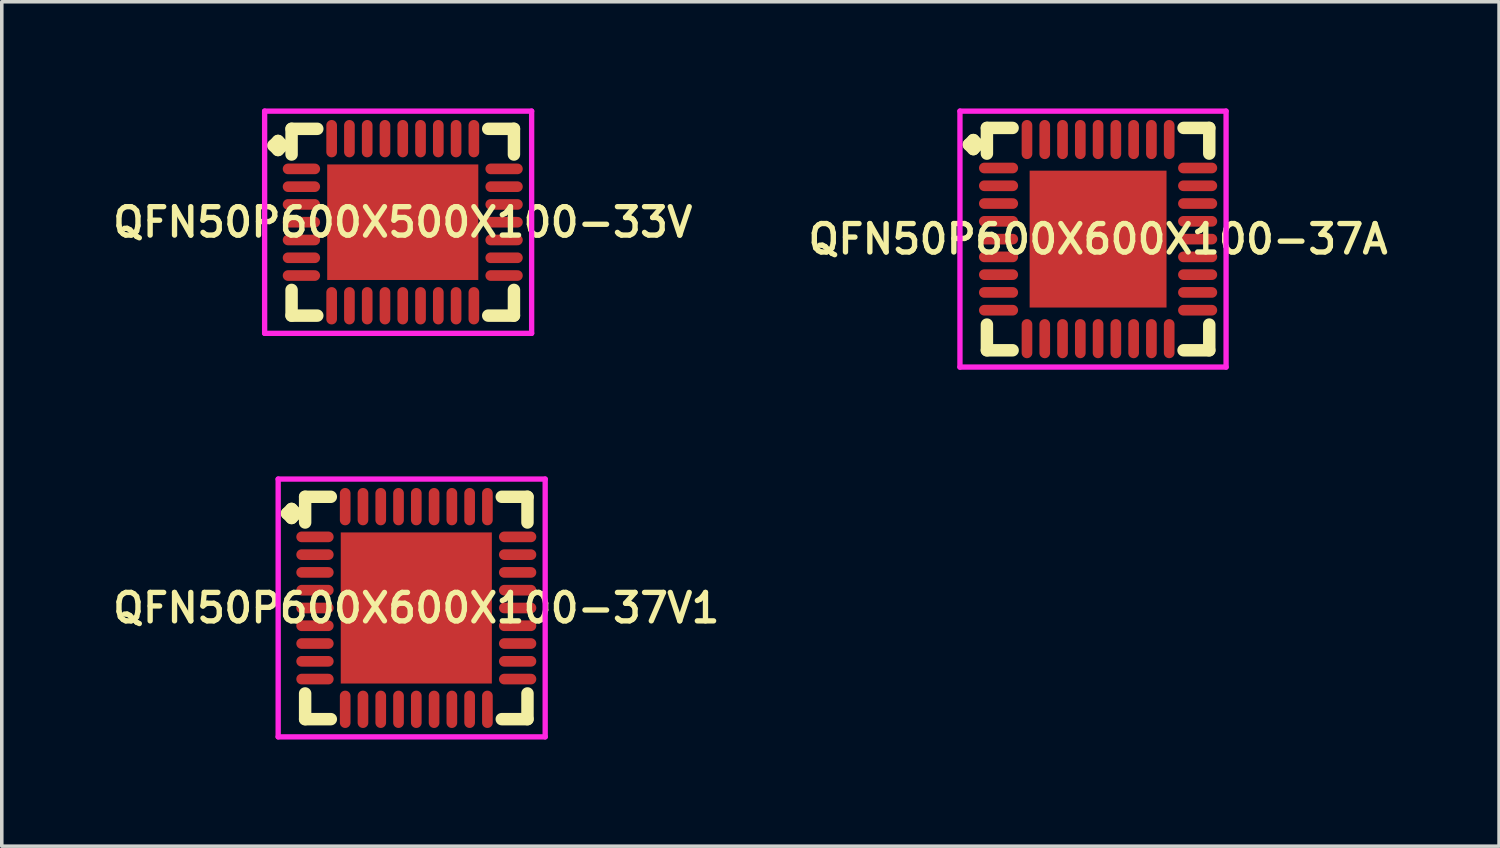
<source format=kicad_pcb>
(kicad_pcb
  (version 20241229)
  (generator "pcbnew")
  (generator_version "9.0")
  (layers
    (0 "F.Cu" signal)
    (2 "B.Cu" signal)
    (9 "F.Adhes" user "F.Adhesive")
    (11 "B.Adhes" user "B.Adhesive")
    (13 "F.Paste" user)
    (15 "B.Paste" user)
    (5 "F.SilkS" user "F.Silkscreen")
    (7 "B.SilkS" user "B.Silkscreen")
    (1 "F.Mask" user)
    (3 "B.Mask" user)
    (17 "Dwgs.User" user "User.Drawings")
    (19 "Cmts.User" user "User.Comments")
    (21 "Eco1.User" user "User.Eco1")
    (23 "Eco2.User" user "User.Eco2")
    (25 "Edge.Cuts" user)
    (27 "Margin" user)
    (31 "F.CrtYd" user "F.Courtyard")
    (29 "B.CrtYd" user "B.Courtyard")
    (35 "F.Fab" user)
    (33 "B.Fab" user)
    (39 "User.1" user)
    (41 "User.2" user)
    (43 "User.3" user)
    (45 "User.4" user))
  (footprint "QFN50P600X600X100-37V1"
    (layer "F.Cu")
    (at 8.659 14.05)
    (property "Reference" "QFN50P600X600X100-37V1" (at 0 0 0) (layer "F.SilkS") (effects (font (size 0.8 0.8) (thickness 0.15))))
    (attr smd)
    (fp_line (start -3.635 -2.658) (end -3.508 -2.785) (stroke (width 0.35) (type solid)) (layer "F.SilkS"))
    (fp_line (start -3.508 -2.785) (end -3.381 -2.658) (stroke (width 0.35) (type solid)) (layer "F.SilkS"))
    (fp_line (start -3.508 -2.531) (end -3.635 -2.658) (stroke (width 0.35) (type solid)) (layer "F.SilkS"))
    (fp_line (start -3.381 -2.658) (end -3.508 -2.531) (stroke (width 0.35) (type solid)) (layer "F.SilkS"))
    (fp_line (start -3.127 -3.127) (end -2.404 -3.127) (stroke (width 0.35) (type solid)) (layer "F.SilkS"))
    (fp_line (start -3.127 -2.404) (end -3.127 -3.127) (stroke (width 0.35) (type solid)) (layer "F.SilkS"))
    (fp_line (start -3.127 2.404) (end -3.127 3.127) (stroke (width 0.35) (type solid)) (layer "F.SilkS"))
    (fp_line (start -3.127 3.127) (end -2.404 3.127) (stroke (width 0.35) (type solid)) (layer "F.SilkS"))
    (fp_line (start 2.404 -3.127) (end 3.127 -3.127) (stroke (width 0.35) (type solid)) (layer "F.SilkS"))
    (fp_line (start 2.404 3.127) (end 3.127 3.127) (stroke (width 0.35) (type solid)) (layer "F.SilkS"))
    (fp_line (start 3.127 -3.127) (end 3.127 -2.404) (stroke (width 0.35) (type solid)) (layer "F.SilkS"))
    (fp_line (start 3.127 3.127) (end 3.127 2.404) (stroke (width 0.35) (type solid)) (layer "F.SilkS"))
    (fp_line (start -3.885 -3.625) (end 3.625 -3.625) (stroke (width 0.15) (type solid)) (layer "F.CrtYd"))
    (fp_line (start -3.885 3.625) (end -3.885 -3.625) (stroke (width 0.15) (type solid)) (layer "F.CrtYd"))
    (fp_line (start 3.625 -3.625) (end 3.625 3.625) (stroke (width 0.15) (type solid)) (layer "F.CrtYd"))
    (fp_line (start 3.625 3.625) (end -3.885 3.625) (stroke (width 0.15) (type solid)) (layer "F.CrtYd"))
    (pad "1" smd oval (at -2.85 -2) (size 1.05 0.3) (layers "F.Cu" "F.Mask" "F.Paste"))
    (pad "2" smd oval (at -2.85 -1.5) (size 1.05 0.3) (layers "F.Cu" "F.Mask" "F.Paste"))
    (pad "3" smd oval (at -2.85 -1) (size 1.05 0.3) (layers "F.Cu" "F.Mask" "F.Paste"))
    (pad "4" smd oval (at -2.85 -0.5) (size 1.05 0.3) (layers "F.Cu" "F.Mask" "F.Paste"))
    (pad "5" smd oval (at -2.85 0) (size 1.05 0.3) (layers "F.Cu" "F.Mask" "F.Paste"))
    (pad "6" smd oval (at -2.85 0.5) (size 1.05 0.3) (layers "F.Cu" "F.Mask" "F.Paste"))
    (pad "7" smd oval (at -2.85 1) (size 1.05 0.3) (layers "F.Cu" "F.Mask" "F.Paste"))
    (pad "8" smd oval (at -2.85 1.5) (size 1.05 0.3) (layers "F.Cu" "F.Mask" "F.Paste"))
    (pad "9" smd oval (at -2.85 2) (size 1.05 0.3) (layers "F.Cu" "F.Mask" "F.Paste"))
    (pad "10" smd oval (at -2 2.85) (size 0.3 1.05) (layers "F.Cu" "F.Mask" "F.Paste"))
    (pad "11" smd oval (at -1.5 2.85) (size 0.3 1.05) (layers "F.Cu" "F.Mask" "F.Paste"))
    (pad "12" smd oval (at -1 2.85) (size 0.3 1.05) (layers "F.Cu" "F.Mask" "F.Paste"))
    (pad "13" smd oval (at -0.5 2.85) (size 0.3 1.05) (layers "F.Cu" "F.Mask" "F.Paste"))
    (pad "14" smd oval (at 0 2.85) (size 0.3 1.05) (layers "F.Cu" "F.Mask" "F.Paste"))
    (pad "15" smd oval (at 0.5 2.85) (size 0.3 1.05) (layers "F.Cu" "F.Mask" "F.Paste"))
    (pad "16" smd oval (at 1 2.85) (size 0.3 1.05) (layers "F.Cu" "F.Mask" "F.Paste"))
    (pad "17" smd oval (at 1.5 2.85) (size 0.3 1.05) (layers "F.Cu" "F.Mask" "F.Paste"))
    (pad "18" smd oval (at 2 2.85) (size 0.3 1.05) (layers "F.Cu" "F.Mask" "F.Paste"))
    (pad "19" smd oval (at 2.85 2) (size 1.05 0.3) (layers "F.Cu" "F.Mask" "F.Paste"))
    (pad "20" smd oval (at 2.85 1.5) (size 1.05 0.3) (layers "F.Cu" "F.Mask" "F.Paste"))
    (pad "21" smd oval (at 2.85 1) (size 1.05 0.3) (layers "F.Cu" "F.Mask" "F.Paste"))
    (pad "22" smd oval (at 2.85 0.5) (size 1.05 0.3) (layers "F.Cu" "F.Mask" "F.Paste"))
    (pad "23" smd oval (at 2.85 0) (size 1.05 0.3) (layers "F.Cu" "F.Mask" "F.Paste"))
    (pad "24" smd oval (at 2.85 -0.5) (size 1.05 0.3) (layers "F.Cu" "F.Mask" "F.Paste"))
    (pad "25" smd oval (at 2.85 -1) (size 1.05 0.3) (layers "F.Cu" "F.Mask" "F.Paste"))
    (pad "26" smd oval (at 2.85 -1.5) (size 1.05 0.3) (layers "F.Cu" "F.Mask" "F.Paste"))
    (pad "27" smd oval (at 2.85 -2) (size 1.05 0.3) (layers "F.Cu" "F.Mask" "F.Paste"))
    (pad "28" smd oval (at 2 -2.85) (size 0.3 1.05) (layers "F.Cu" "F.Mask" "F.Paste"))
    (pad "29" smd oval (at 1.5 -2.85) (size 0.3 1.05) (layers "F.Cu" "F.Mask" "F.Paste"))
    (pad "30" smd oval (at 1 -2.85) (size 0.3 1.05) (layers "F.Cu" "F.Mask" "F.Paste"))
    (pad "31" smd oval (at 0.5 -2.85) (size 0.3 1.05) (layers "F.Cu" "F.Mask" "F.Paste"))
    (pad "32" smd oval (at 0 -2.85) (size 0.3 1.05) (layers "F.Cu" "F.Mask" "F.Paste"))
    (pad "33" smd oval (at -0.5 -2.85) (size 0.3 1.05) (layers "F.Cu" "F.Mask" "F.Paste"))
    (pad "34" smd oval (at -1 -2.85) (size 0.3 1.05) (layers "F.Cu" "F.Mask" "F.Paste"))
    (pad "35" smd oval (at -1.5 -2.85) (size 0.3 1.05) (layers "F.Cu" "F.Mask" "F.Paste"))
    (pad "36" smd oval (at -2 -2.85) (size 0.3 1.05) (layers "F.Cu" "F.Mask" "F.Paste"))
    (pad "37" smd rect (at 0 0) (size 4.25 4.25) (layers "F.Cu" "F.Mask" "F.Paste")))
  (footprint "QFN50P600X500X100-33V"
    (layer "F.Cu")
    (at 8.278 3.2)
    (property "Reference" "QFN50P600X500X100-33V" (at 0 0 0) (layer "F.SilkS") (effects (font (size 0.8 0.8) (thickness 0.15))))
    (attr smd)
    (fp_line (start -3.635 -2.158) (end -3.508 -2.285) (stroke (width 0.35) (type solid)) (layer "F.SilkS"))
    (fp_line (start -3.508 -2.285) (end -3.381 -2.158) (stroke (width 0.35) (type solid)) (layer "F.SilkS"))
    (fp_line (start -3.508 -2.031) (end -3.635 -2.158) (stroke (width 0.35) (type solid)) (layer "F.SilkS"))
    (fp_line (start -3.381 -2.158) (end -3.508 -2.031) (stroke (width 0.35) (type solid)) (layer "F.SilkS"))
    (fp_line (start -3.127 -2.627) (end -2.404 -2.627) (stroke (width 0.35) (type solid)) (layer "F.SilkS"))
    (fp_line (start -3.127 -1.904) (end -3.127 -2.627) (stroke (width 0.35) (type solid)) (layer "F.SilkS"))
    (fp_line (start -3.127 1.904) (end -3.127 2.627) (stroke (width 0.35) (type solid)) (layer "F.SilkS"))
    (fp_line (start -3.127 2.627) (end -2.404 2.627) (stroke (width 0.35) (type solid)) (layer "F.SilkS"))
    (fp_line (start 2.404 -2.627) (end 3.127 -2.627) (stroke (width 0.35) (type solid)) (layer "F.SilkS"))
    (fp_line (start 2.404 2.627) (end 3.127 2.627) (stroke (width 0.35) (type solid)) (layer "F.SilkS"))
    (fp_line (start 3.127 -2.627) (end 3.127 -1.904) (stroke (width 0.35) (type solid)) (layer "F.SilkS"))
    (fp_line (start 3.127 2.627) (end 3.127 1.904) (stroke (width 0.35) (type solid)) (layer "F.SilkS"))
    (fp_line (start -3.885 -3.125) (end 3.625 -3.125) (stroke (width 0.15) (type solid)) (layer "F.CrtYd"))
    (fp_line (start -3.885 3.125) (end -3.885 -3.125) (stroke (width 0.15) (type solid)) (layer "F.CrtYd"))
    (fp_line (start 3.625 -3.125) (end 3.625 3.125) (stroke (width 0.15) (type solid)) (layer "F.CrtYd"))
    (fp_line (start 3.625 3.125) (end -3.885 3.125) (stroke (width 0.15) (type solid)) (layer "F.CrtYd"))
    (pad "1" smd oval (at -2.85 -1.5) (size 1.05 0.3) (layers "F.Cu" "F.Mask" "F.Paste"))
    (pad "2" smd oval (at -2.85 -1) (size 1.05 0.3) (layers "F.Cu" "F.Mask" "F.Paste"))
    (pad "3" smd oval (at -2.85 -0.5) (size 1.05 0.3) (layers "F.Cu" "F.Mask" "F.Paste"))
    (pad "4" smd oval (at -2.85 0) (size 1.05 0.3) (layers "F.Cu" "F.Mask" "F.Paste"))
    (pad "5" smd oval (at -2.85 0.5) (size 1.05 0.3) (layers "F.Cu" "F.Mask" "F.Paste"))
    (pad "6" smd oval (at -2.85 1) (size 1.05 0.3) (layers "F.Cu" "F.Mask" "F.Paste"))
    (pad "7" smd oval (at -2.85 1.5) (size 1.05 0.3) (layers "F.Cu" "F.Mask" "F.Paste"))
    (pad "8" smd oval (at -2 2.35) (size 0.3 1.05) (layers "F.Cu" "F.Mask" "F.Paste"))
    (pad "9" smd oval (at -1.5 2.35) (size 0.3 1.05) (layers "F.Cu" "F.Mask" "F.Paste"))
    (pad "10" smd oval (at -1 2.35) (size 0.3 1.05) (layers "F.Cu" "F.Mask" "F.Paste"))
    (pad "11" smd oval (at -0.5 2.35) (size 0.3 1.05) (layers "F.Cu" "F.Mask" "F.Paste"))
    (pad "12" smd oval (at 0 2.35) (size 0.3 1.05) (layers "F.Cu" "F.Mask" "F.Paste"))
    (pad "13" smd oval (at 0.5 2.35) (size 0.3 1.05) (layers "F.Cu" "F.Mask" "F.Paste"))
    (pad "14" smd oval (at 1 2.35) (size 0.3 1.05) (layers "F.Cu" "F.Mask" "F.Paste"))
    (pad "15" smd oval (at 1.5 2.35) (size 0.3 1.05) (layers "F.Cu" "F.Mask" "F.Paste"))
    (pad "16" smd oval (at 2 2.35) (size 0.3 1.05) (layers "F.Cu" "F.Mask" "F.Paste"))
    (pad "17" smd oval (at 2.85 1.5) (size 1.05 0.3) (layers "F.Cu" "F.Mask" "F.Paste"))
    (pad "18" smd oval (at 2.85 1) (size 1.05 0.3) (layers "F.Cu" "F.Mask" "F.Paste"))
    (pad "19" smd oval (at 2.85 0.5) (size 1.05 0.3) (layers "F.Cu" "F.Mask" "F.Paste"))
    (pad "20" smd oval (at 2.85 0) (size 1.05 0.3) (layers "F.Cu" "F.Mask" "F.Paste"))
    (pad "21" smd oval (at 2.85 -0.5) (size 1.05 0.3) (layers "F.Cu" "F.Mask" "F.Paste"))
    (pad "22" smd oval (at 2.85 -1) (size 1.05 0.3) (layers "F.Cu" "F.Mask" "F.Paste"))
    (pad "23" smd oval (at 2.85 -1.5) (size 1.05 0.3) (layers "F.Cu" "F.Mask" "F.Paste"))
    (pad "24" smd oval (at 2 -2.35) (size 0.3 1.05) (layers "F.Cu" "F.Mask" "F.Paste"))
    (pad "25" smd oval (at 1.5 -2.35) (size 0.3 1.05) (layers "F.Cu" "F.Mask" "F.Paste"))
    (pad "26" smd oval (at 1 -2.35) (size 0.3 1.05) (layers "F.Cu" "F.Mask" "F.Paste"))
    (pad "27" smd oval (at 0.5 -2.35) (size 0.3 1.05) (layers "F.Cu" "F.Mask" "F.Paste"))
    (pad "28" smd oval (at 0 -2.35) (size 0.3 1.05) (layers "F.Cu" "F.Mask" "F.Paste"))
    (pad "29" smd oval (at -0.5 -2.35) (size 0.3 1.05) (layers "F.Cu" "F.Mask" "F.Paste"))
    (pad "30" smd oval (at -1 -2.35) (size 0.3 1.05) (layers "F.Cu" "F.Mask" "F.Paste"))
    (pad "31" smd oval (at -1.5 -2.35) (size 0.3 1.05) (layers "F.Cu" "F.Mask" "F.Paste"))
    (pad "32" smd oval (at -2 -2.35) (size 0.3 1.05) (layers "F.Cu" "F.Mask" "F.Paste"))
    (pad "33" smd rect (at 0 0) (size 4.25 3.25) (layers "F.Cu" "F.Mask" "F.Paste")))
  (footprint "QFN50P600X600X100-37A"
    (layer "F.Cu")
    (at 27.835 3.675)
    (property "Reference" "QFN50P600X600X100-37A" (at 0 0 0) (layer "F.SilkS") (effects (font (size 0.8 0.8) (thickness 0.15))))
    (attr smd)
    (fp_line (start -3.635 -2.658) (end -3.508 -2.785) (stroke (width 0.35) (type solid)) (layer "F.SilkS"))
    (fp_line (start -3.508 -2.785) (end -3.381 -2.658) (stroke (width 0.35) (type solid)) (layer "F.SilkS"))
    (fp_line (start -3.508 -2.531) (end -3.635 -2.658) (stroke (width 0.35) (type solid)) (layer "F.SilkS"))
    (fp_line (start -3.381 -2.658) (end -3.508 -2.531) (stroke (width 0.35) (type solid)) (layer "F.SilkS"))
    (fp_line (start -3.127 -3.127) (end -2.404 -3.127) (stroke (width 0.35) (type solid)) (layer "F.SilkS"))
    (fp_line (start -3.127 -2.404) (end -3.127 -3.127) (stroke (width 0.35) (type solid)) (layer "F.SilkS"))
    (fp_line (start -3.127 2.404) (end -3.127 3.127) (stroke (width 0.35) (type solid)) (layer "F.SilkS"))
    (fp_line (start -3.127 3.127) (end -2.404 3.127) (stroke (width 0.35) (type solid)) (layer "F.SilkS"))
    (fp_line (start 2.404 -3.127) (end 3.127 -3.127) (stroke (width 0.35) (type solid)) (layer "F.SilkS"))
    (fp_line (start 2.404 3.127) (end 3.127 3.127) (stroke (width 0.35) (type solid)) (layer "F.SilkS"))
    (fp_line (start 3.127 -3.127) (end 3.127 -2.404) (stroke (width 0.35) (type solid)) (layer "F.SilkS"))
    (fp_line (start 3.127 3.127) (end 3.127 2.404) (stroke (width 0.35) (type solid)) (layer "F.SilkS"))
    (fp_line (start -3.885 -3.6) (end 3.6 -3.6) (stroke (width 0.15) (type solid)) (layer "F.CrtYd"))
    (fp_line (start -3.885 3.6) (end -3.885 -3.6) (stroke (width 0.15) (type solid)) (layer "F.CrtYd"))
    (fp_line (start 3.6 -3.6) (end 3.6 3.6) (stroke (width 0.15) (type solid)) (layer "F.CrtYd"))
    (fp_line (start 3.6 3.6) (end -3.885 3.6) (stroke (width 0.15) (type solid)) (layer "F.CrtYd"))
    (pad "1" smd oval (at -2.8 -2) (size 1.1 0.3) (layers "F.Cu" "F.Mask" "F.Paste"))
    (pad "2" smd oval (at -2.8 -1.5) (size 1.1 0.3) (layers "F.Cu" "F.Mask" "F.Paste"))
    (pad "3" smd oval (at -2.8 -1) (size 1.1 0.3) (layers "F.Cu" "F.Mask" "F.Paste"))
    (pad "4" smd oval (at -2.8 -0.5) (size 1.1 0.3) (layers "F.Cu" "F.Mask" "F.Paste"))
    (pad "5" smd oval (at -2.8 0) (size 1.1 0.3) (layers "F.Cu" "F.Mask" "F.Paste"))
    (pad "6" smd oval (at -2.8 0.5) (size 1.1 0.3) (layers "F.Cu" "F.Mask" "F.Paste"))
    (pad "7" smd oval (at -2.8 1) (size 1.1 0.3) (layers "F.Cu" "F.Mask" "F.Paste"))
    (pad "8" smd oval (at -2.8 1.5) (size 1.1 0.3) (layers "F.Cu" "F.Mask" "F.Paste"))
    (pad "9" smd oval (at -2.8 2) (size 1.1 0.3) (layers "F.Cu" "F.Mask" "F.Paste"))
    (pad "10" smd oval (at -2 2.8) (size 0.3 1.1) (layers "F.Cu" "F.Mask" "F.Paste"))
    (pad "11" smd oval (at -1.5 2.8) (size 0.3 1.1) (layers "F.Cu" "F.Mask" "F.Paste"))
    (pad "12" smd oval (at -1 2.8) (size 0.3 1.1) (layers "F.Cu" "F.Mask" "F.Paste"))
    (pad "13" smd oval (at -0.5 2.8) (size 0.3 1.1) (layers "F.Cu" "F.Mask" "F.Paste"))
    (pad "14" smd oval (at 0 2.8) (size 0.3 1.1) (layers "F.Cu" "F.Mask" "F.Paste"))
    (pad "15" smd oval (at 0.5 2.8) (size 0.3 1.1) (layers "F.Cu" "F.Mask" "F.Paste"))
    (pad "16" smd oval (at 1 2.8) (size 0.3 1.1) (layers "F.Cu" "F.Mask" "F.Paste"))
    (pad "17" smd oval (at 1.5 2.8) (size 0.3 1.1) (layers "F.Cu" "F.Mask" "F.Paste"))
    (pad "18" smd oval (at 2 2.8) (size 0.3 1.1) (layers "F.Cu" "F.Mask" "F.Paste"))
    (pad "19" smd oval (at 2.8 2) (size 1.1 0.3) (layers "F.Cu" "F.Mask" "F.Paste"))
    (pad "20" smd oval (at 2.8 1.5) (size 1.1 0.3) (layers "F.Cu" "F.Mask" "F.Paste"))
    (pad "21" smd oval (at 2.8 1) (size 1.1 0.3) (layers "F.Cu" "F.Mask" "F.Paste"))
    (pad "22" smd oval (at 2.8 0.5) (size 1.1 0.3) (layers "F.Cu" "F.Mask" "F.Paste"))
    (pad "23" smd oval (at 2.8 0) (size 1.1 0.3) (layers "F.Cu" "F.Mask" "F.Paste"))
    (pad "24" smd oval (at 2.8 -0.5) (size 1.1 0.3) (layers "F.Cu" "F.Mask" "F.Paste"))
    (pad "25" smd oval (at 2.8 -1) (size 1.1 0.3) (layers "F.Cu" "F.Mask" "F.Paste"))
    (pad "26" smd oval (at 2.8 -1.5) (size 1.1 0.3) (layers "F.Cu" "F.Mask" "F.Paste"))
    (pad "27" smd oval (at 2.8 -2) (size 1.1 0.3) (layers "F.Cu" "F.Mask" "F.Paste"))
    (pad "28" smd oval (at 2 -2.8) (size 0.3 1.1) (layers "F.Cu" "F.Mask" "F.Paste"))
    (pad "29" smd oval (at 1.5 -2.8) (size 0.3 1.1) (layers "F.Cu" "F.Mask" "F.Paste"))
    (pad "30" smd oval (at 1 -2.8) (size 0.3 1.1) (layers "F.Cu" "F.Mask" "F.Paste"))
    (pad "31" smd oval (at 0.5 -2.8) (size 0.3 1.1) (layers "F.Cu" "F.Mask" "F.Paste"))
    (pad "32" smd oval (at 0 -2.8) (size 0.3 1.1) (layers "F.Cu" "F.Mask" "F.Paste"))
    (pad "33" smd oval (at -0.5 -2.8) (size 0.3 1.1) (layers "F.Cu" "F.Mask" "F.Paste"))
    (pad "34" smd oval (at -1 -2.8) (size 0.3 1.1) (layers "F.Cu" "F.Mask" "F.Paste"))
    (pad "35" smd oval (at -1.5 -2.8) (size 0.3 1.1) (layers "F.Cu" "F.Mask" "F.Paste"))
    (pad "36" smd oval (at -2 -2.8) (size 0.3 1.1) (layers "F.Cu" "F.Mask" "F.Paste"))
    (pad "37" smd rect (at 0 0) (size 3.85 3.85) (layers "F.Cu" "F.Mask" "F.Paste")))
  (gr_rect
    (start -3 -3)
    (end 39.113 20.75)
    (stroke (width 0.1) (type default))
    (fill no)
    (layer "Edge.Cuts")))
</source>
